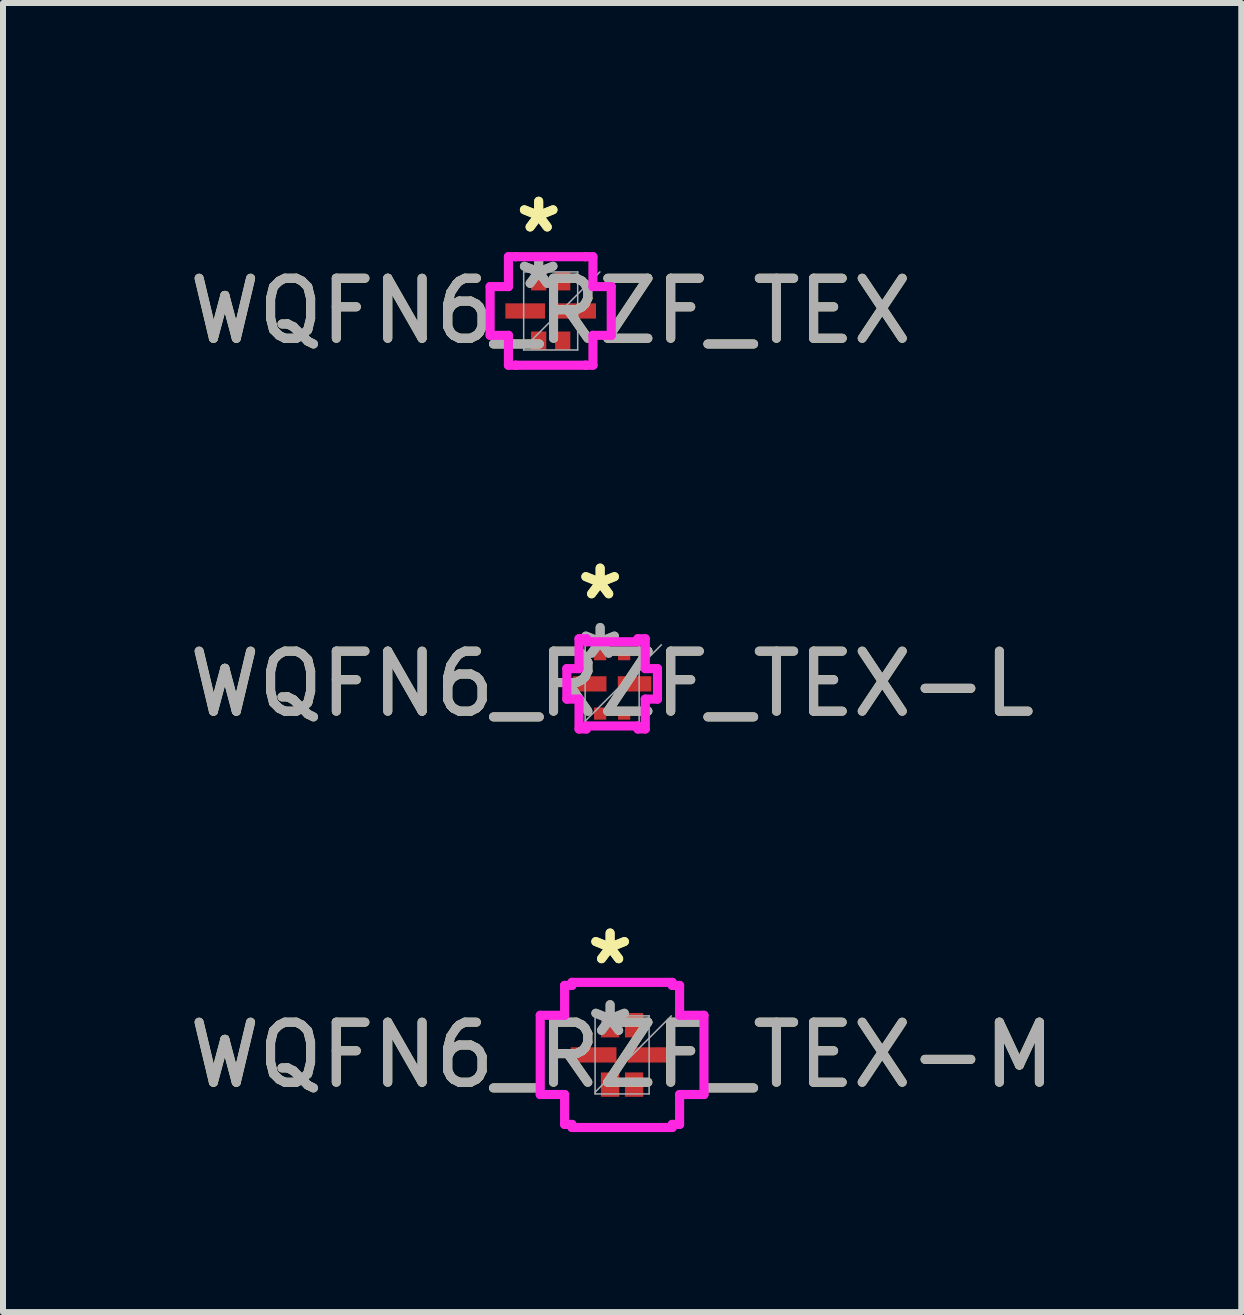
<source format=kicad_pcb>
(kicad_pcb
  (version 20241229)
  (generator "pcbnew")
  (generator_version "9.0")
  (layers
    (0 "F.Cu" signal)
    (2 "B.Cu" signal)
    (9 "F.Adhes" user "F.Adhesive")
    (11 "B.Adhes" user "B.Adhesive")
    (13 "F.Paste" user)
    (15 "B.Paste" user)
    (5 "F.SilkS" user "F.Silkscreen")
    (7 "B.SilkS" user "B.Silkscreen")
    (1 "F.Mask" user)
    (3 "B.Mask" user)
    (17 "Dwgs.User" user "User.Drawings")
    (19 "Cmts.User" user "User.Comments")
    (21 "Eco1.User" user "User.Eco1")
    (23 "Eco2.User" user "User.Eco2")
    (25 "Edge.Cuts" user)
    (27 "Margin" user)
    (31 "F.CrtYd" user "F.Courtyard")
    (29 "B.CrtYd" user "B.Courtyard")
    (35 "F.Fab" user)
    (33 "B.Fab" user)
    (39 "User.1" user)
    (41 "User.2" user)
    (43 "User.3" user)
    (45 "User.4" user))
  (footprint "WQFN6_RZF_TEX"
    (layer "F.Cu")
    (at 6.125 2.131)
    (property "Reference" "WQFN6_RZF_TEX" (at 0 0 0) (unlocked yes) (layer "F.SilkS") (effects (font (size 1 1) (thickness 0.15))))
    (attr smd)
    (fp_line (start -1.009 -0.406) (end -0.704 -0.406) (stroke (width 0.152) (type solid)) (layer "F.CrtYd"))
    (fp_line (start -1.009 0.406) (end -1.009 -0.406) (stroke (width 0.152) (type solid)) (layer "F.CrtYd"))
    (fp_line (start -0.704 -0.904) (end -0.581 -0.904) (stroke (width 0.152) (type solid)) (layer "F.CrtYd"))
    (fp_line (start -0.704 -0.406) (end -0.704 -0.904) (stroke (width 0.152) (type solid)) (layer "F.CrtYd"))
    (fp_line (start -0.704 0.406) (end -1.009 0.406) (stroke (width 0.152) (type solid)) (layer "F.CrtYd"))
    (fp_line (start -0.704 0.904) (end -0.704 0.406) (stroke (width 0.152) (type solid)) (layer "F.CrtYd"))
    (fp_line (start -0.704 0.904) (end -0.581 0.904) (stroke (width 0.152) (type solid)) (layer "F.CrtYd"))
    (fp_line (start -0.581 -0.904) (end -0.581 -0.904) (stroke (width 0.152) (type solid)) (layer "F.CrtYd"))
    (fp_line (start -0.581 -0.904) (end 0.581 -0.904) (stroke (width 0.152) (type solid)) (layer "F.CrtYd"))
    (fp_line (start -0.581 0.904) (end -0.581 0.904) (stroke (width 0.152) (type solid)) (layer "F.CrtYd"))
    (fp_line (start -0.581 0.904) (end 0.581 0.904) (stroke (width 0.152) (type solid)) (layer "F.CrtYd"))
    (fp_line (start 0.581 -0.904) (end 0.581 -0.904) (stroke (width 0.152) (type solid)) (layer "F.CrtYd"))
    (fp_line (start 0.581 -0.904) (end 0.704 -0.904) (stroke (width 0.152) (type solid)) (layer "F.CrtYd"))
    (fp_line (start 0.581 0.904) (end 0.581 0.904) (stroke (width 0.152) (type solid)) (layer "F.CrtYd"))
    (fp_line (start 0.581 0.904) (end 0.704 0.904) (stroke (width 0.152) (type solid)) (layer "F.CrtYd"))
    (fp_line (start 0.704 -0.406) (end 0.704 -0.904) (stroke (width 0.152) (type solid)) (layer "F.CrtYd"))
    (fp_line (start 0.704 0.406) (end 1.009 0.406) (stroke (width 0.152) (type solid)) (layer "F.CrtYd"))
    (fp_line (start 0.704 0.904) (end 0.704 0.406) (stroke (width 0.152) (type solid)) (layer "F.CrtYd"))
    (fp_line (start 1.009 -0.406) (end 0.704 -0.406) (stroke (width 0.152) (type solid)) (layer "F.CrtYd"))
    (fp_line (start 1.009 0.406) (end 1.009 -0.406) (stroke (width 0.152) (type solid)) (layer "F.CrtYd"))
    (fp_line (start -0.45 -0.65) (end -0.45 0.65) (stroke (width 0.025) (type solid)) (layer "F.Fab"))
    (fp_line (start -0.45 0.62) (end 0.82 -0.65) (stroke (width 0.025) (type solid)) (layer "F.Fab"))
    (fp_line (start -0.45 0.65) (end 0.45 0.65) (stroke (width 0.025) (type solid)) (layer "F.Fab"))
    (fp_line (start 0.45 -0.65) (end -0.45 -0.65) (stroke (width 0.025) (type solid)) (layer "F.Fab"))
    (fp_line (start 0.45 0.65) (end 0.45 -0.65) (stroke (width 0.025) (type solid)) (layer "F.Fab"))
    (fp_text user "*" (at -0.2 -1.283 0) (unlocked yes) (layer "F.SilkS") (effects (font (size 1 1) (thickness 0.15))))
    (fp_text user "*" (at -0.2 -1.283 0) (layer "F.SilkS") (effects (font (size 1 1) (thickness 0.15))))
    (fp_text user "*" (at -0.2 -0.343 0) (layer "F.Fab") (effects (font (size 1 1) (thickness 0.15))))
    (fp_text user "${REFERENCE}" (at 0 0 0) (unlocked yes) (layer "F.Fab") (effects (font (size 1 1) (thickness 0.15))))
    (fp_text user "*" (at -0.2 -0.343 0) (unlocked yes) (layer "F.Fab") (effects (font (size 1 1) (thickness 0.15))))
    (pad "1" smd rect (at -0.2 -0.495) (size 0.254 0.305) (layers "F.Cu" "F.Mask" "F.Paste"))
    (pad "2" smd rect (at -0.425 0 90) (size 0.254 0.66) (layers "F.Cu" "F.Mask" "F.Paste"))
    (pad "3" smd rect (at -0.2 0.495) (size 0.254 0.305) (layers "F.Cu" "F.Mask" "F.Paste"))
    (pad "4" smd rect (at 0.2 0.495) (size 0.254 0.305) (layers "F.Cu" "F.Mask" "F.Paste"))
    (pad "5" smd rect (at 0.425 0 90) (size 0.254 0.66) (layers "F.Cu" "F.Mask" "F.Paste"))
    (pad "6" smd rect (at 0.2 -0.495) (size 0.254 0.305) (layers "F.Cu" "F.Mask" "F.Paste")))
  (footprint "WQFN6_RZF_TEX-M"
    (layer "F.Cu")
    (at 7.315 14.526)
    (property "Reference" "WQFN6_RZF_TEX-M" (at 0 0 0) (unlocked yes) (layer "F.SilkS") (effects (font (size 1 1) (thickness 0.15))))
    (attr smd)
    (fp_line (start -1.364 -0.66) (end -0.958 -0.66) (stroke (width 0.152) (type solid)) (layer "F.CrtYd"))
    (fp_line (start -1.364 0.66) (end -1.364 -0.66) (stroke (width 0.152) (type solid)) (layer "F.CrtYd"))
    (fp_line (start -0.958 -1.158) (end -0.835 -1.158) (stroke (width 0.152) (type solid)) (layer "F.CrtYd"))
    (fp_line (start -0.958 -0.66) (end -0.958 -1.158) (stroke (width 0.152) (type solid)) (layer "F.CrtYd"))
    (fp_line (start -0.958 0.66) (end -1.364 0.66) (stroke (width 0.152) (type solid)) (layer "F.CrtYd"))
    (fp_line (start -0.958 1.158) (end -0.958 0.66) (stroke (width 0.152) (type solid)) (layer "F.CrtYd"))
    (fp_line (start -0.958 1.158) (end -0.835 1.158) (stroke (width 0.152) (type solid)) (layer "F.CrtYd"))
    (fp_line (start -0.835 -1.209) (end 0.835 -1.209) (stroke (width 0.152) (type solid)) (layer "F.CrtYd"))
    (fp_line (start -0.835 -1.158) (end -0.835 -1.209) (stroke (width 0.152) (type solid)) (layer "F.CrtYd"))
    (fp_line (start -0.835 1.158) (end -0.835 1.209) (stroke (width 0.152) (type solid)) (layer "F.CrtYd"))
    (fp_line (start -0.835 1.209) (end 0.835 1.209) (stroke (width 0.152) (type solid)) (layer "F.CrtYd"))
    (fp_line (start 0.835 -1.209) (end 0.835 -1.158) (stroke (width 0.152) (type solid)) (layer "F.CrtYd"))
    (fp_line (start 0.835 -1.158) (end 0.958 -1.158) (stroke (width 0.152) (type solid)) (layer "F.CrtYd"))
    (fp_line (start 0.835 1.158) (end 0.958 1.158) (stroke (width 0.152) (type solid)) (layer "F.CrtYd"))
    (fp_line (start 0.835 1.209) (end 0.835 1.158) (stroke (width 0.152) (type solid)) (layer "F.CrtYd"))
    (fp_line (start 0.958 -0.66) (end 0.958 -1.158) (stroke (width 0.152) (type solid)) (layer "F.CrtYd"))
    (fp_line (start 0.958 0.66) (end 1.364 0.66) (stroke (width 0.152) (type solid)) (layer "F.CrtYd"))
    (fp_line (start 0.958 1.158) (end 0.958 0.66) (stroke (width 0.152) (type solid)) (layer "F.CrtYd"))
    (fp_line (start 1.364 -0.66) (end 0.958 -0.66) (stroke (width 0.152) (type solid)) (layer "F.CrtYd"))
    (fp_line (start 1.364 0.66) (end 1.364 -0.66) (stroke (width 0.152) (type solid)) (layer "F.CrtYd"))
    (fp_line (start -0.45 -0.65) (end -0.45 0.65) (stroke (width 0.025) (type solid)) (layer "F.Fab"))
    (fp_line (start -0.45 0.62) (end 0.82 -0.65) (stroke (width 0.025) (type solid)) (layer "F.Fab"))
    (fp_line (start -0.45 0.65) (end 0.45 0.65) (stroke (width 0.025) (type solid)) (layer "F.Fab"))
    (fp_line (start 0.45 -0.65) (end -0.45 -0.65) (stroke (width 0.025) (type solid)) (layer "F.Fab"))
    (fp_line (start 0.45 0.65) (end 0.45 -0.65) (stroke (width 0.025) (type solid)) (layer "F.Fab"))
    (fp_text user "*" (at -0.2 -1.486 0) (layer "F.SilkS") (effects (font (size 1 1) (thickness 0.15))))
    (fp_text user "*" (at -0.2 -1.486 0) (unlocked yes) (layer "F.SilkS") (effects (font (size 1 1) (thickness 0.15))))
    (fp_text user "*" (at -0.2 -0.292 0) (layer "F.Fab") (effects (font (size 1 1) (thickness 0.15))))
    (fp_text user "*" (at -0.2 -0.292 0) (unlocked yes) (layer "F.Fab") (effects (font (size 1 1) (thickness 0.15))))
    (fp_text user "${REFERENCE}" (at 0 0 0) (unlocked yes) (layer "F.Fab") (effects (font (size 1 1) (thickness 0.15))))
    (pad "1" smd rect (at -0.2 -0.495) (size 0.305 0.406) (layers "F.Cu" "F.Mask" "F.Paste"))
    (pad "2" smd rect (at -0.475 0 90) (size 0.254 0.762) (layers "F.Cu" "F.Mask" "F.Paste"))
    (pad "3" smd rect (at -0.2 0.495) (size 0.305 0.406) (layers "F.Cu" "F.Mask" "F.Paste"))
    (pad "4" smd rect (at 0.2 0.495) (size 0.305 0.406) (layers "F.Cu" "F.Mask" "F.Paste"))
    (pad "5" smd rect (at 0.475 0 90) (size 0.254 0.762) (layers "F.Cu" "F.Mask" "F.Paste"))
    (pad "6" smd rect (at 0.2 -0.495) (size 0.305 0.406) (layers "F.Cu" "F.Mask" "F.Paste")))
  (footprint "WQFN6_RZF_TEX-L"
    (layer "F.Cu")
    (at 7.149 8.344)
    (property "Reference" "WQFN6_RZF_TEX-L" (at 0 0 0) (unlocked yes) (layer "F.SilkS") (effects (font (size 1 1) (thickness 0.15))))
    (attr smd)
    (fp_line (start -0.755 -0.254) (end -0.552 -0.254) (stroke (width 0.152) (type solid)) (layer "F.CrtYd"))
    (fp_line (start -0.755 0.254) (end -0.755 -0.254) (stroke (width 0.152) (type solid)) (layer "F.CrtYd"))
    (fp_line (start -0.552 -0.752) (end -0.429 -0.752) (stroke (width 0.152) (type solid)) (layer "F.CrtYd"))
    (fp_line (start -0.552 -0.254) (end -0.552 -0.752) (stroke (width 0.152) (type solid)) (layer "F.CrtYd"))
    (fp_line (start -0.552 0.254) (end -0.755 0.254) (stroke (width 0.152) (type solid)) (layer "F.CrtYd"))
    (fp_line (start -0.552 0.752) (end -0.552 0.254) (stroke (width 0.152) (type solid)) (layer "F.CrtYd"))
    (fp_line (start -0.552 0.752) (end -0.429 0.752) (stroke (width 0.152) (type solid)) (layer "F.CrtYd"))
    (fp_line (start -0.429 -0.752) (end -0.429 -0.701) (stroke (width 0.152) (type solid)) (layer "F.CrtYd"))
    (fp_line (start -0.429 -0.701) (end 0.429 -0.701) (stroke (width 0.152) (type solid)) (layer "F.CrtYd"))
    (fp_line (start -0.429 0.701) (end 0.429 0.701) (stroke (width 0.152) (type solid)) (layer "F.CrtYd"))
    (fp_line (start -0.429 0.752) (end -0.429 0.701) (stroke (width 0.152) (type solid)) (layer "F.CrtYd"))
    (fp_line (start 0.429 -0.752) (end 0.552 -0.752) (stroke (width 0.152) (type solid)) (layer "F.CrtYd"))
    (fp_line (start 0.429 -0.701) (end 0.429 -0.752) (stroke (width 0.152) (type solid)) (layer "F.CrtYd"))
    (fp_line (start 0.429 0.701) (end 0.429 0.752) (stroke (width 0.152) (type solid)) (layer "F.CrtYd"))
    (fp_line (start 0.429 0.752) (end 0.552 0.752) (stroke (width 0.152) (type solid)) (layer "F.CrtYd"))
    (fp_line (start 0.552 -0.254) (end 0.552 -0.752) (stroke (width 0.152) (type solid)) (layer "F.CrtYd"))
    (fp_line (start 0.552 0.254) (end 0.755 0.254) (stroke (width 0.152) (type solid)) (layer "F.CrtYd"))
    (fp_line (start 0.552 0.752) (end 0.552 0.254) (stroke (width 0.152) (type solid)) (layer "F.CrtYd"))
    (fp_line (start 0.755 -0.254) (end 0.552 -0.254) (stroke (width 0.152) (type solid)) (layer "F.CrtYd"))
    (fp_line (start 0.755 0.254) (end 0.755 -0.254) (stroke (width 0.152) (type solid)) (layer "F.CrtYd"))
    (fp_line (start -0.45 -0.65) (end -0.45 0.65) (stroke (width 0.025) (type solid)) (layer "F.Fab"))
    (fp_line (start -0.45 0.62) (end 0.82 -0.65) (stroke (width 0.025) (type solid)) (layer "F.Fab"))
    (fp_line (start -0.45 0.65) (end 0.45 0.65) (stroke (width 0.025) (type solid)) (layer "F.Fab"))
    (fp_line (start 0.45 -0.65) (end -0.45 -0.65) (stroke (width 0.025) (type solid)) (layer "F.Fab"))
    (fp_line (start 0.45 0.65) (end 0.45 -0.65) (stroke (width 0.025) (type solid)) (layer "F.Fab"))
    (fp_text user "*" (at -0.2 -1.384 0) (unlocked yes) (layer "F.SilkS") (effects (font (size 1 1) (thickness 0.15))))
    (fp_text user "*" (at -0.2 -1.384 0) (layer "F.SilkS") (effects (font (size 1 1) (thickness 0.15))))
    (fp_text user "*" (at -0.2 -0.394 0) (unlocked yes) (layer "F.Fab") (effects (font (size 1 1) (thickness 0.15))))
    (fp_text user "${REFERENCE}" (at 0 0 0) (unlocked yes) (layer "F.Fab") (effects (font (size 1 1) (thickness 0.15))))
    (fp_text user "*" (at -0.2 -0.394 0) (layer "F.Fab") (effects (font (size 1 1) (thickness 0.15))))
    (pad "1" smd rect (at -0.2 -0.495) (size 0.203 0.203) (layers "F.Cu" "F.Mask" "F.Paste"))
    (pad "2" smd rect (at -0.374 0 90) (size 0.254 0.559) (layers "F.Cu" "F.Mask" "F.Paste"))
    (pad "3" smd rect (at -0.2 0.495) (size 0.203 0.203) (layers "F.Cu" "F.Mask" "F.Paste"))
    (pad "4" smd rect (at 0.2 0.495) (size 0.203 0.203) (layers "F.Cu" "F.Mask" "F.Paste"))
    (pad "5" smd rect (at 0.374 0 90) (size 0.254 0.559) (layers "F.Cu" "F.Mask" "F.Paste"))
    (pad "6" smd rect (at 0.2 -0.495) (size 0.203 0.203) (layers "F.Cu" "F.Mask" "F.Paste")))
  (gr_rect
    (start -3 -3)
    (end 17.631 18.811)
    (stroke (width 0.1) (type default))
    (fill no)
    (layer "Edge.Cuts")))
</source>
